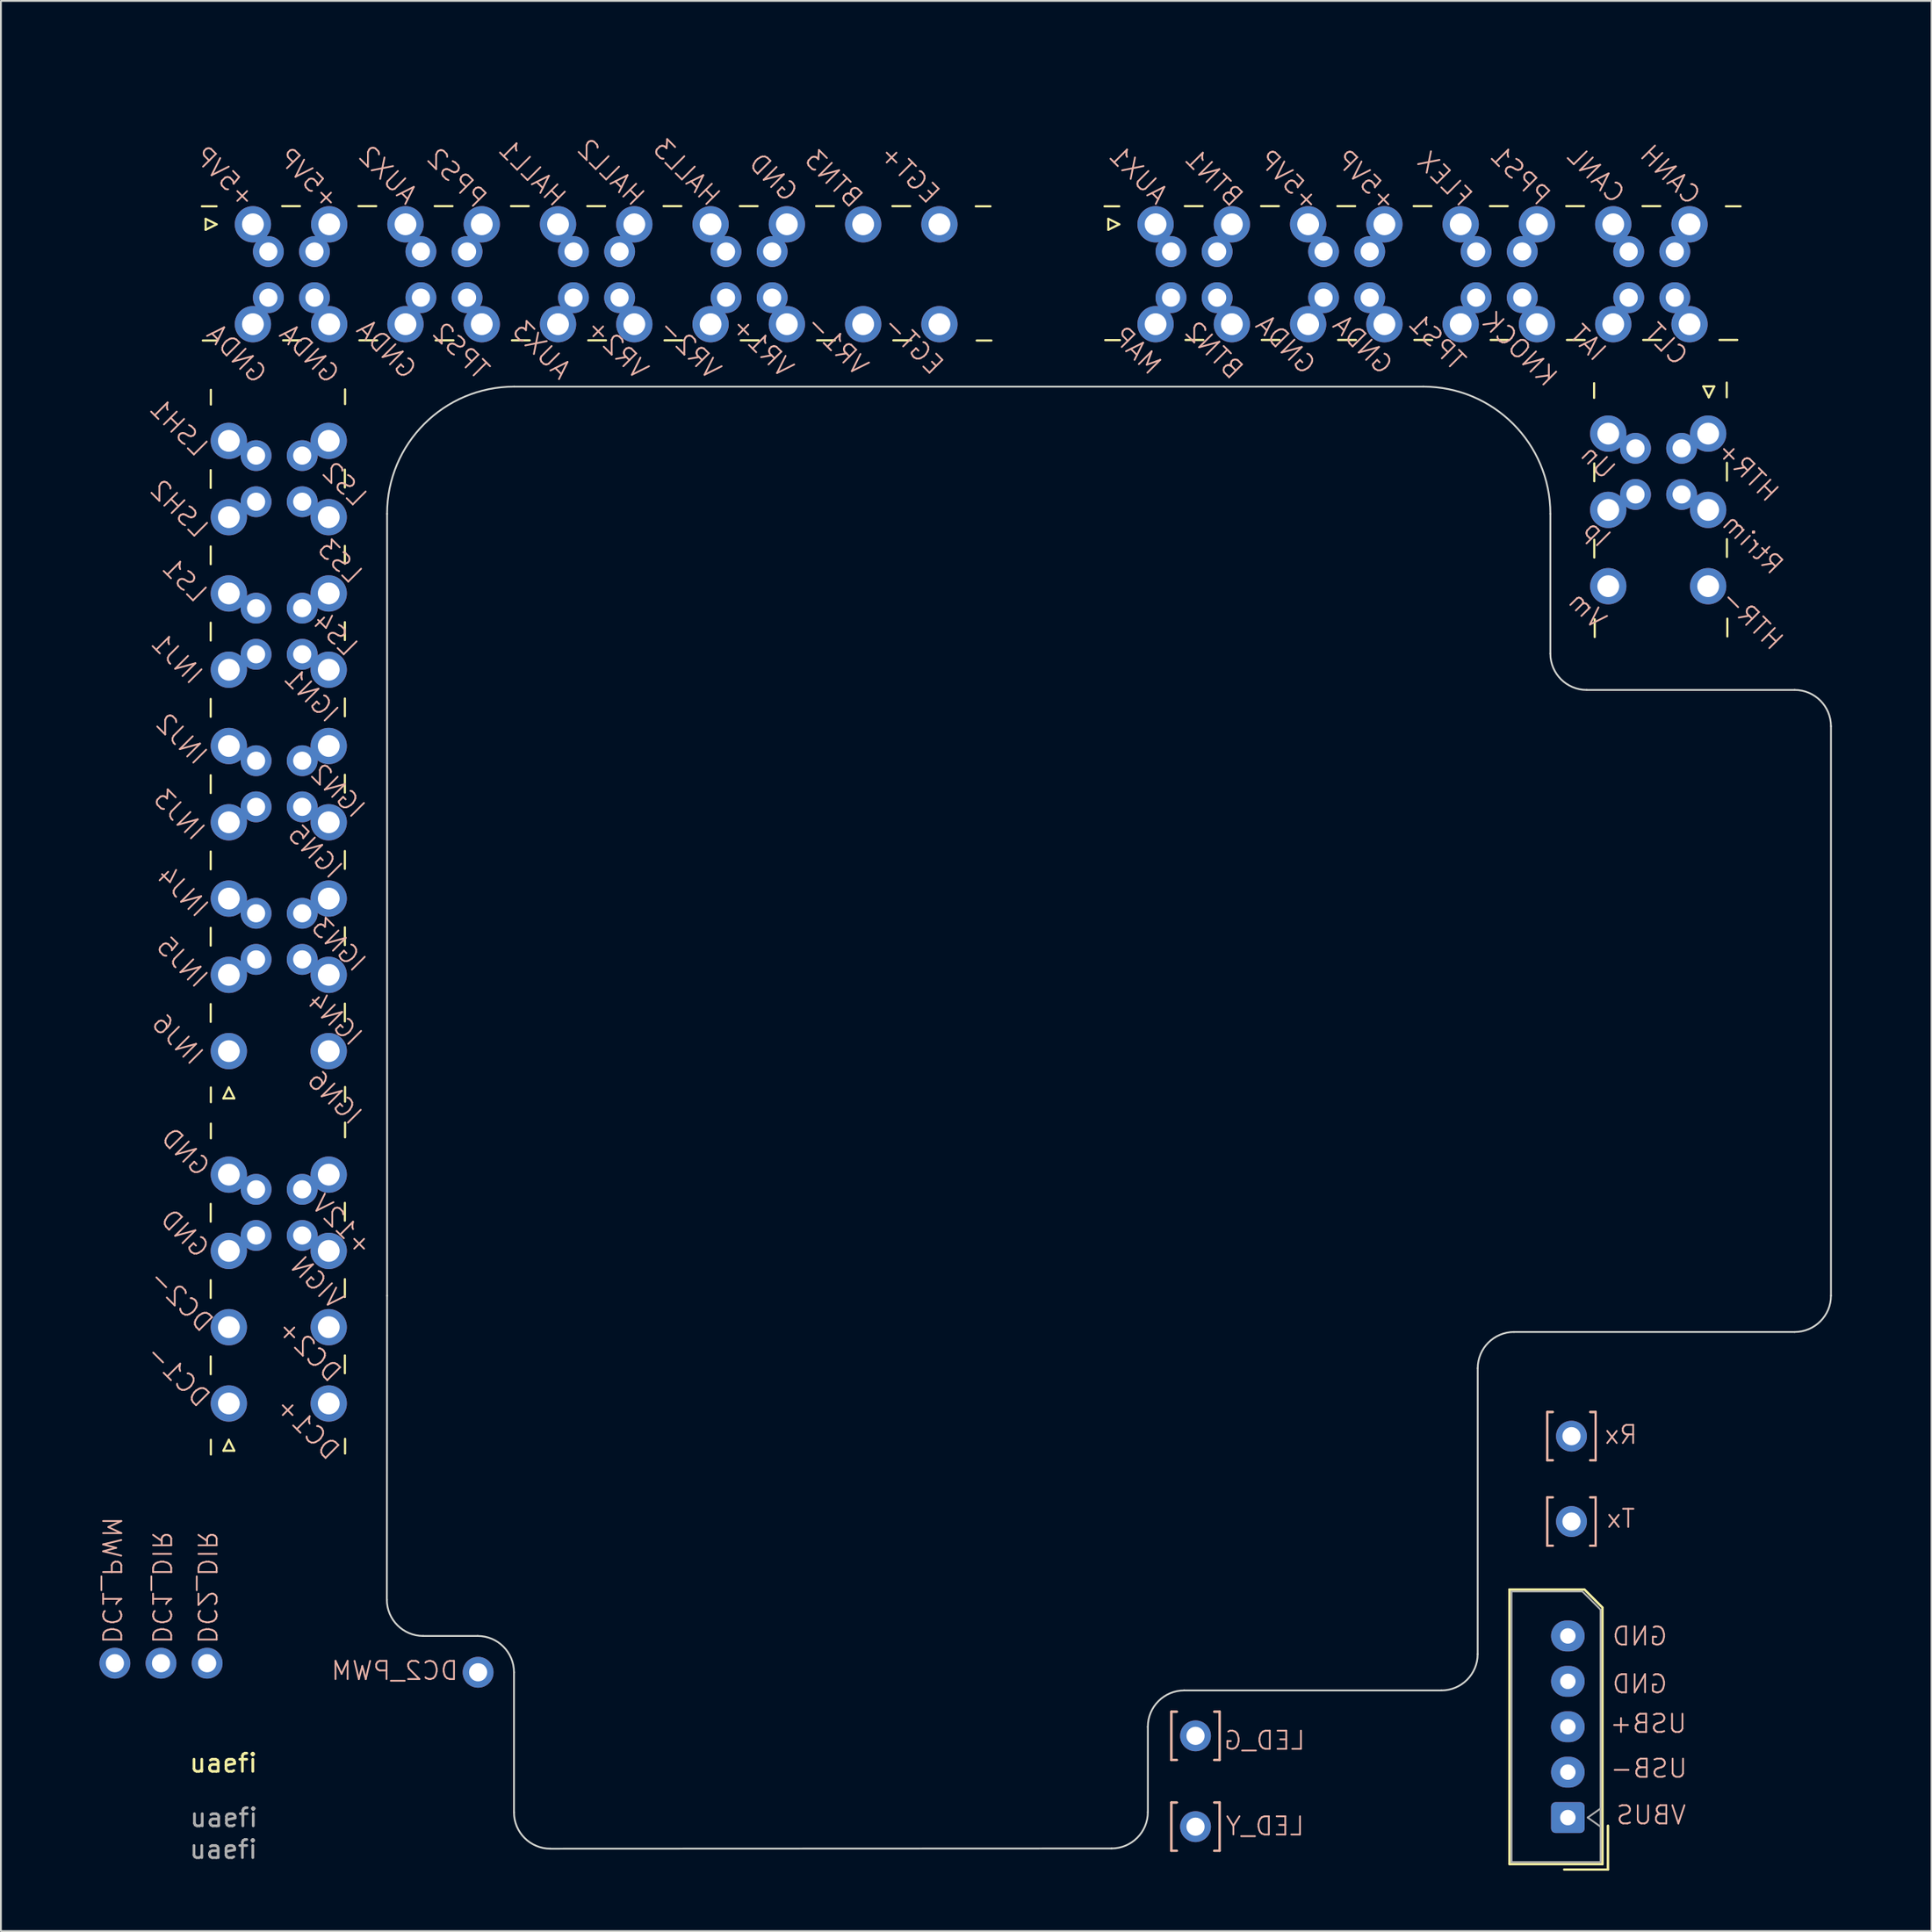
<source format=kicad_pcb>
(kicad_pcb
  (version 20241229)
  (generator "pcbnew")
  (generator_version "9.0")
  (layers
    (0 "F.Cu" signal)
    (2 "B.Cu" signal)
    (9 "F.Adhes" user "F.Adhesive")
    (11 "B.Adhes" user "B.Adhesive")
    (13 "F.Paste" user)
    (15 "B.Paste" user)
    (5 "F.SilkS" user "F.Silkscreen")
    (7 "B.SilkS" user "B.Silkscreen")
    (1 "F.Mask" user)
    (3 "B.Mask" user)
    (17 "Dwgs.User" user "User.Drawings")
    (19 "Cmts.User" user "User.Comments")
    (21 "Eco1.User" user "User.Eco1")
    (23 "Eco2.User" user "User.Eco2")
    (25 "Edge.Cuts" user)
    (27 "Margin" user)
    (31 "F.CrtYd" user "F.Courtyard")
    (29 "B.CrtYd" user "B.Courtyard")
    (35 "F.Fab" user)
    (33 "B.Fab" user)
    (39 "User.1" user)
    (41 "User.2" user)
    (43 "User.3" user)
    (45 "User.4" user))
  (footprint "uaefi"
    (layer "F.Cu")
    (at 0.25 100.025)
    (property "Reference" "uaefi" (at 9 -6 0) (unlocked yes) (layer "F.SilkS") (effects (font (size 1 1) (thickness 0.15))))
    (fp_line (start 8.025 -91.025) (end 8.625 -90.725) (stroke (width 0.12) (type solid)) (layer "F.SilkS"))
    (fp_line (start 8.025 -90.425) (end 8.025 -91.025) (stroke (width 0.12) (type solid)) (layer "F.SilkS"))
    (fp_line (start 8.3 -76.21) (end 8.3 -77.19) (stroke (width 0.12) (type solid)) (layer "F.SilkS"))
    (fp_line (start 8.3 -72.01) (end 8.3 -72.99) (stroke (width 0.12) (type solid)) (layer "F.SilkS"))
    (fp_line (start 8.3 -67.81) (end 8.3 -68.79) (stroke (width 0.12) (type solid)) (layer "F.SilkS"))
    (fp_line (start 8.3 -63.61) (end 8.3 -64.59) (stroke (width 0.12) (type solid)) (layer "F.SilkS"))
    (fp_line (start 8.3 -59.41) (end 8.3 -60.39) (stroke (width 0.12) (type solid)) (layer "F.SilkS"))
    (fp_line (start 8.3 -55.21) (end 8.3 -56.19) (stroke (width 0.12) (type solid)) (layer "F.SilkS"))
    (fp_line (start 8.3 -51.01) (end 8.3 -51.99) (stroke (width 0.12) (type solid)) (layer "F.SilkS"))
    (fp_line (start 8.3 -46.81) (end 8.3 -47.79) (stroke (width 0.12) (type solid)) (layer "F.SilkS"))
    (fp_line (start 8.3 -35.81) (end 8.3 -36.79) (stroke (width 0.12) (type solid)) (layer "F.SilkS"))
    (fp_line (start 8.3 -31.61) (end 8.3 -32.59) (stroke (width 0.12) (type solid)) (layer "F.SilkS"))
    (fp_line (start 8.3 -27.41) (end 8.3 -28.39) (stroke (width 0.12) (type solid)) (layer "F.SilkS"))
    (fp_line (start 8.31 -80.8) (end 8.31 -81.61) (stroke (width 0.12) (type solid)) (layer "F.SilkS"))
    (fp_line (start 8.31 -43.2) (end 8.31 -42.39) (stroke (width 0.12) (type solid)) (layer "F.SilkS"))
    (fp_line (start 8.31 -40.4) (end 8.31 -41.21) (stroke (width 0.12) (type solid)) (layer "F.SilkS"))
    (fp_line (start 8.31 -23.8) (end 8.31 -22.99) (stroke (width 0.12) (type solid)) (layer "F.SilkS"))
    (fp_line (start 8.625 -91.715) (end 7.815 -91.715) (stroke (width 0.12) (type solid)) (layer "F.SilkS"))
    (fp_line (start 8.625 -90.725) (end 8.025 -90.425) (stroke (width 0.12) (type solid)) (layer "F.SilkS"))
    (fp_line (start 8.677 -84.326) (end 7.867 -84.326) (stroke (width 0.12) (type solid)) (layer "F.SilkS"))
    (fp_line (start 9 -42.6) (end 9.3 -43.2) (stroke (width 0.12) (type solid)) (layer "F.SilkS"))
    (fp_line (start 9 -23.2) (end 9.3 -23.8) (stroke (width 0.12) (type solid)) (layer "F.SilkS"))
    (fp_line (start 9.3 -43.2) (end 9.6 -42.6) (stroke (width 0.12) (type solid)) (layer "F.SilkS"))
    (fp_line (start 9.3 -23.8) (end 9.6 -23.2) (stroke (width 0.12) (type solid)) (layer "F.SilkS"))
    (fp_line (start 9.6 -42.6) (end 9 -42.6) (stroke (width 0.12) (type solid)) (layer "F.SilkS"))
    (fp_line (start 9.6 -23.2) (end 9 -23.2) (stroke (width 0.12) (type solid)) (layer "F.SilkS"))
    (fp_line (start 12.235 -91.725) (end 13.215 -91.725) (stroke (width 0.12) (type solid)) (layer "F.SilkS"))
    (fp_line (start 12.287 -84.336) (end 13.267 -84.336) (stroke (width 0.12) (type solid)) (layer "F.SilkS"))
    (fp_line (start 15.689 -35.864) (end 15.689 -36.844) (stroke (width 0.12) (type solid)) (layer "F.SilkS"))
    (fp_line (start 15.689 -31.664) (end 15.689 -32.644) (stroke (width 0.12) (type solid)) (layer "F.SilkS"))
    (fp_line (start 15.689 -27.464) (end 15.689 -28.444) (stroke (width 0.12) (type solid)) (layer "F.SilkS"))
    (fp_line (start 15.689 -76.236) (end 15.689 -77.216) (stroke (width 0.12) (type solid)) (layer "F.SilkS"))
    (fp_line (start 15.689 -72.036) (end 15.689 -73.016) (stroke (width 0.12) (type solid)) (layer "F.SilkS"))
    (fp_line (start 15.689 -67.836) (end 15.689 -68.816) (stroke (width 0.12) (type solid)) (layer "F.SilkS"))
    (fp_line (start 15.689 -63.636) (end 15.689 -64.616) (stroke (width 0.12) (type solid)) (layer "F.SilkS"))
    (fp_line (start 15.689 -59.436) (end 15.689 -60.416) (stroke (width 0.12) (type solid)) (layer "F.SilkS"))
    (fp_line (start 15.689 -55.236) (end 15.689 -56.216) (stroke (width 0.12) (type solid)) (layer "F.SilkS"))
    (fp_line (start 15.689 -51.036) (end 15.689 -52.016) (stroke (width 0.12) (type solid)) (layer "F.SilkS"))
    (fp_line (start 15.689 -46.836) (end 15.689 -47.816) (stroke (width 0.12) (type solid)) (layer "F.SilkS"))
    (fp_line (start 15.699 -40.454) (end 15.699 -41.264) (stroke (width 0.12) (type solid)) (layer "F.SilkS"))
    (fp_line (start 15.699 -23.854) (end 15.699 -23.044) (stroke (width 0.12) (type solid)) (layer "F.SilkS"))
    (fp_line (start 15.699 -80.826) (end 15.699 -81.636) (stroke (width 0.12) (type solid)) (layer "F.SilkS"))
    (fp_line (start 15.699 -43.226) (end 15.699 -42.416) (stroke (width 0.12) (type solid)) (layer "F.SilkS"))
    (fp_line (start 16.435 -91.725) (end 17.415 -91.725) (stroke (width 0.12) (type solid)) (layer "F.SilkS"))
    (fp_line (start 16.487 -84.336) (end 17.467 -84.336) (stroke (width 0.12) (type solid)) (layer "F.SilkS"))
    (fp_line (start 20.635 -91.725) (end 21.615 -91.725) (stroke (width 0.12) (type solid)) (layer "F.SilkS"))
    (fp_line (start 20.687 -84.336) (end 21.667 -84.336) (stroke (width 0.12) (type solid)) (layer "F.SilkS"))
    (fp_line (start 24.835 -91.725) (end 25.815 -91.725) (stroke (width 0.12) (type solid)) (layer "F.SilkS"))
    (fp_line (start 24.887 -84.336) (end 25.867 -84.336) (stroke (width 0.12) (type solid)) (layer "F.SilkS"))
    (fp_line (start 29.035 -91.725) (end 30.015 -91.725) (stroke (width 0.12) (type solid)) (layer "F.SilkS"))
    (fp_line (start 29.087 -84.336) (end 30.067 -84.336) (stroke (width 0.12) (type solid)) (layer "F.SilkS"))
    (fp_line (start 33.235 -91.725) (end 34.215 -91.725) (stroke (width 0.12) (type solid)) (layer "F.SilkS"))
    (fp_line (start 33.287 -84.336) (end 34.267 -84.336) (stroke (width 0.12) (type solid)) (layer "F.SilkS"))
    (fp_line (start 37.435 -91.725) (end 38.415 -91.725) (stroke (width 0.12) (type solid)) (layer "F.SilkS"))
    (fp_line (start 37.487 -84.336) (end 38.467 -84.336) (stroke (width 0.12) (type solid)) (layer "F.SilkS"))
    (fp_line (start 41.635 -91.725) (end 42.615 -91.725) (stroke (width 0.12) (type solid)) (layer "F.SilkS"))
    (fp_line (start 41.687 -84.336) (end 42.667 -84.336) (stroke (width 0.12) (type solid)) (layer "F.SilkS"))
    (fp_line (start 45.835 -91.725) (end 46.815 -91.725) (stroke (width 0.12) (type solid)) (layer "F.SilkS"))
    (fp_line (start 45.887 -84.336) (end 46.867 -84.336) (stroke (width 0.12) (type solid)) (layer "F.SilkS"))
    (fp_line (start 50.425 -91.715) (end 51.235 -91.715) (stroke (width 0.12) (type solid)) (layer "F.SilkS"))
    (fp_line (start 50.477 -84.326) (end 51.287 -84.326) (stroke (width 0.12) (type solid)) (layer "F.SilkS"))
    (fp_line (start 57.725 -91.025) (end 58.325 -90.725) (stroke (width 0.12) (type solid)) (layer "F.SilkS"))
    (fp_line (start 57.725 -90.425) (end 57.725 -91.025) (stroke (width 0.12) (type solid)) (layer "F.SilkS"))
    (fp_line (start 58.325 -91.715) (end 57.515 -91.715) (stroke (width 0.12) (type solid)) (layer "F.SilkS"))
    (fp_line (start 58.325 -90.725) (end 57.725 -90.425) (stroke (width 0.12) (type solid)) (layer "F.SilkS"))
    (fp_line (start 58.364 -84.348) (end 57.554 -84.348) (stroke (width 0.12) (type solid)) (layer "F.SilkS"))
    (fp_line (start 61.195 -8.83) (end 61.195 -6.17) (stroke (width 0.12) (type solid)) (layer "F.SilkS"))
    (fp_line (start 61.195 -3.83) (end 61.195 -1.17) (stroke (width 0.12) (type solid)) (layer "F.SilkS"))
    (fp_line (start 61.49 -6.17) (end 61.195 -6.17) (stroke (width 0.12) (type solid)) (layer "F.SilkS"))
    (fp_line (start 61.49 -1.17) (end 61.195 -1.17) (stroke (width 0.12) (type solid)) (layer "F.SilkS"))
    (fp_line (start 61.501 -8.83) (end 61.195 -8.83) (stroke (width 0.12) (type solid)) (layer "F.SilkS"))
    (fp_line (start 61.501 -3.83) (end 61.195 -3.83) (stroke (width 0.12) (type solid)) (layer "F.SilkS"))
    (fp_line (start 61.935 -91.725) (end 62.915 -91.725) (stroke (width 0.12) (type solid)) (layer "F.SilkS"))
    (fp_line (start 61.974 -84.358) (end 62.954 -84.358) (stroke (width 0.12) (type solid)) (layer "F.SilkS"))
    (fp_line (start 63.549 -6.17) (end 63.855 -6.17) (stroke (width 0.12) (type solid)) (layer "F.SilkS"))
    (fp_line (start 63.549 -1.17) (end 63.855 -1.17) (stroke (width 0.12) (type solid)) (layer "F.SilkS"))
    (fp_line (start 63.561 -8.83) (end 63.855 -8.83) (stroke (width 0.12) (type solid)) (layer "F.SilkS"))
    (fp_line (start 63.561 -3.83) (end 63.855 -3.83) (stroke (width 0.12) (type solid)) (layer "F.SilkS"))
    (fp_line (start 63.855 -6.17) (end 63.855 -8.83) (stroke (width 0.12) (type solid)) (layer "F.SilkS"))
    (fp_line (start 63.855 -1.17) (end 63.855 -3.83) (stroke (width 0.12) (type solid)) (layer "F.SilkS"))
    (fp_line (start 66.135 -91.725) (end 67.115 -91.725) (stroke (width 0.12) (type solid)) (layer "F.SilkS"))
    (fp_line (start 66.174 -84.358) (end 67.154 -84.358) (stroke (width 0.12) (type solid)) (layer "F.SilkS"))
    (fp_line (start 70.335 -91.725) (end 71.315 -91.725) (stroke (width 0.12) (type solid)) (layer "F.SilkS"))
    (fp_line (start 70.374 -84.358) (end 71.354 -84.358) (stroke (width 0.12) (type solid)) (layer "F.SilkS"))
    (fp_line (start 74.535 -91.725) (end 75.515 -91.725) (stroke (width 0.12) (type solid)) (layer "F.SilkS"))
    (fp_line (start 74.574 -84.358) (end 75.554 -84.358) (stroke (width 0.12) (type solid)) (layer "F.SilkS"))
    (fp_line (start 78.735 -91.725) (end 79.715 -91.725) (stroke (width 0.12) (type solid)) (layer "F.SilkS"))
    (fp_line (start 78.774 -84.358) (end 79.754 -84.358) (stroke (width 0.12) (type solid)) (layer "F.SilkS"))
    (fp_line (start 79.815 -15.56) (end 79.815 -0.44) (stroke (width 0.12) (type solid)) (layer "F.SilkS"))
    (fp_line (start 79.815 -15.56) (end 79.815 -0.44) (stroke (width 0.12) (type solid)) (layer "F.SilkS"))
    (fp_line (start 79.815 -0.44) (end 84.935 -0.44) (stroke (width 0.12) (type solid)) (layer "F.SilkS"))
    (fp_line (start 79.815 -0.44) (end 84.935 -0.44) (stroke (width 0.12) (type solid)) (layer "F.SilkS"))
    (fp_line (start 81.895 -25.33) (end 81.895 -22.67) (stroke (width 0.12) (type solid)) (layer "F.SilkS"))
    (fp_line (start 81.895 -20.63) (end 81.895 -17.97) (stroke (width 0.12) (type solid)) (layer "F.SilkS"))
    (fp_line (start 82.19 -22.67) (end 81.895 -22.67) (stroke (width 0.12) (type solid)) (layer "F.SilkS"))
    (fp_line (start 82.19 -17.97) (end 81.895 -17.97) (stroke (width 0.12) (type solid)) (layer "F.SilkS"))
    (fp_line (start 82.201 -25.33) (end 81.895 -25.33) (stroke (width 0.12) (type solid)) (layer "F.SilkS"))
    (fp_line (start 82.201 -20.63) (end 81.895 -20.63) (stroke (width 0.12) (type solid)) (layer "F.SilkS"))
    (fp_line (start 82.825 -0.14) (end 85.235 -0.14) (stroke (width 0.12) (type solid)) (layer "F.SilkS"))
    (fp_line (start 82.825 -0.14) (end 85.235 -0.14) (stroke (width 0.12) (type solid)) (layer "F.SilkS"))
    (fp_line (start 82.935 -91.725) (end 83.915 -91.725) (stroke (width 0.12) (type solid)) (layer "F.SilkS"))
    (fp_line (start 82.974 -84.358) (end 83.954 -84.358) (stroke (width 0.12) (type solid)) (layer "F.SilkS"))
    (fp_line (start 83.935 -15.56) (end 79.815 -15.56) (stroke (width 0.12) (type solid)) (layer "F.SilkS"))
    (fp_line (start 83.935 -15.56) (end 79.815 -15.56) (stroke (width 0.12) (type solid)) (layer "F.SilkS"))
    (fp_line (start 84.249 -22.67) (end 84.555 -22.67) (stroke (width 0.12) (type solid)) (layer "F.SilkS"))
    (fp_line (start 84.249 -17.97) (end 84.555 -17.97) (stroke (width 0.12) (type solid)) (layer "F.SilkS"))
    (fp_line (start 84.261 -25.33) (end 84.555 -25.33) (stroke (width 0.12) (type solid)) (layer "F.SilkS"))
    (fp_line (start 84.261 -20.63) (end 84.555 -20.63) (stroke (width 0.12) (type solid)) (layer "F.SilkS"))
    (fp_line (start 84.47 -81.168) (end 84.47 -81.978) (stroke (width 0.12) (type solid)) (layer "F.SilkS"))
    (fp_line (start 84.48 -77.558) (end 84.48 -76.578) (stroke (width 0.12) (type solid)) (layer "F.SilkS"))
    (fp_line (start 84.48 -73.358) (end 84.48 -72.378) (stroke (width 0.12) (type solid)) (layer "F.SilkS"))
    (fp_line (start 84.504 -68) (end 84.504 -68.98) (stroke (width 0.12) (type solid)) (layer "F.SilkS"))
    (fp_line (start 84.555 -22.67) (end 84.555 -25.33) (stroke (width 0.12) (type solid)) (layer "F.SilkS"))
    (fp_line (start 84.555 -17.97) (end 84.555 -20.63) (stroke (width 0.12) (type solid)) (layer "F.SilkS"))
    (fp_line (start 84.935 -14.56) (end 83.935 -15.56) (stroke (width 0.12) (type solid)) (layer "F.SilkS"))
    (fp_line (start 84.935 -14.56) (end 83.935 -15.56) (stroke (width 0.12) (type solid)) (layer "F.SilkS"))
    (fp_line (start 84.935 -0.44) (end 84.935 -14.56) (stroke (width 0.12) (type solid)) (layer "F.SilkS"))
    (fp_line (start 84.935 -0.44) (end 84.935 -14.56) (stroke (width 0.12) (type solid)) (layer "F.SilkS"))
    (fp_line (start 85.235 -0.14) (end 85.235 -2.55) (stroke (width 0.12) (type solid)) (layer "F.SilkS"))
    (fp_line (start 85.235 -0.14) (end 85.235 -2.55) (stroke (width 0.12) (type solid)) (layer "F.SilkS"))
    (fp_line (start 87.135 -91.725) (end 88.115 -91.725) (stroke (width 0.12) (type solid)) (layer "F.SilkS"))
    (fp_line (start 87.174 -84.358) (end 88.154 -84.358) (stroke (width 0.12) (type solid)) (layer "F.SilkS"))
    (fp_line (start 90.484 -81.8) (end 91.084 -81.8) (stroke (width 0.12) (type solid)) (layer "F.SilkS"))
    (fp_line (start 90.784 -81.2) (end 90.484 -81.8) (stroke (width 0.12) (type solid)) (layer "F.SilkS"))
    (fp_line (start 91.084 -81.8) (end 90.784 -81.2) (stroke (width 0.12) (type solid)) (layer "F.SilkS"))
    (fp_line (start 91.374 -84.358) (end 92.354 -84.358) (stroke (width 0.12) (type solid)) (layer "F.SilkS"))
    (fp_line (start 91.725 -91.715) (end 92.535 -91.715) (stroke (width 0.12) (type solid)) (layer "F.SilkS"))
    (fp_line (start 91.774 -81.2) (end 91.774 -82.01) (stroke (width 0.12) (type solid)) (layer "F.SilkS"))
    (fp_line (start 91.784 -77.59) (end 91.784 -76.61) (stroke (width 0.12) (type solid)) (layer "F.SilkS"))
    (fp_line (start 91.784 -73.39) (end 91.784 -72.41) (stroke (width 0.12) (type solid)) (layer "F.SilkS"))
    (fp_line (start 91.808 -68.032) (end 91.808 -69.012) (stroke (width 0.12) (type solid)) (layer "F.SilkS"))
    (fp_line (start 61.195 -6.17) (end 61.195 -8.83) (stroke (width 0.12) (type solid)) (layer "B.SilkS"))
    (fp_line (start 61.195 -1.17) (end 61.195 -3.83) (stroke (width 0.12) (type solid)) (layer "B.SilkS"))
    (fp_line (start 61.49 -8.83) (end 61.195 -8.83) (stroke (width 0.12) (type solid)) (layer "B.SilkS"))
    (fp_line (start 61.49 -3.83) (end 61.195 -3.83) (stroke (width 0.12) (type solid)) (layer "B.SilkS"))
    (fp_line (start 61.501 -6.17) (end 61.195 -6.17) (stroke (width 0.12) (type solid)) (layer "B.SilkS"))
    (fp_line (start 61.501 -1.17) (end 61.195 -1.17) (stroke (width 0.12) (type solid)) (layer "B.SilkS"))
    (fp_line (start 63.549 -8.83) (end 63.855 -8.83) (stroke (width 0.12) (type solid)) (layer "B.SilkS"))
    (fp_line (start 63.549 -3.83) (end 63.855 -3.83) (stroke (width 0.12) (type solid)) (layer "B.SilkS"))
    (fp_line (start 63.561 -6.17) (end 63.855 -6.17) (stroke (width 0.12) (type solid)) (layer "B.SilkS"))
    (fp_line (start 63.561 -1.17) (end 63.855 -1.17) (stroke (width 0.12) (type solid)) (layer "B.SilkS"))
    (fp_line (start 63.855 -8.83) (end 63.855 -6.17) (stroke (width 0.12) (type solid)) (layer "B.SilkS"))
    (fp_line (start 63.855 -3.83) (end 63.855 -1.17) (stroke (width 0.12) (type solid)) (layer "B.SilkS"))
    (fp_line (start 81.895 -22.67) (end 81.895 -25.33) (stroke (width 0.12) (type solid)) (layer "B.SilkS"))
    (fp_line (start 81.895 -17.97) (end 81.895 -20.63) (stroke (width 0.12) (type solid)) (layer "B.SilkS"))
    (fp_line (start 82.19 -25.33) (end 81.895 -25.33) (stroke (width 0.12) (type solid)) (layer "B.SilkS"))
    (fp_line (start 82.19 -20.63) (end 81.895 -20.63) (stroke (width 0.12) (type solid)) (layer "B.SilkS"))
    (fp_line (start 82.201 -22.67) (end 81.895 -22.67) (stroke (width 0.12) (type solid)) (layer "B.SilkS"))
    (fp_line (start 82.201 -17.97) (end 81.895 -17.97) (stroke (width 0.12) (type solid)) (layer "B.SilkS"))
    (fp_line (start 84.249 -25.33) (end 84.555 -25.33) (stroke (width 0.12) (type solid)) (layer "B.SilkS"))
    (fp_line (start 84.249 -20.63) (end 84.555 -20.63) (stroke (width 0.12) (type solid)) (layer "B.SilkS"))
    (fp_line (start 84.261 -22.67) (end 84.555 -22.67) (stroke (width 0.12) (type solid)) (layer "B.SilkS"))
    (fp_line (start 84.261 -17.97) (end 84.555 -17.97) (stroke (width 0.12) (type solid)) (layer "B.SilkS"))
    (fp_line (start 84.555 -25.33) (end 84.555 -22.67) (stroke (width 0.12) (type solid)) (layer "B.SilkS"))
    (fp_line (start 84.555 -20.63) (end 84.555 -17.97) (stroke (width 0.12) (type solid)) (layer "B.SilkS"))
    (fp_line (start 18.013 -31.737) (end 18 -15) (stroke (width 0.1) (type default)) (layer "Edge.Cuts"))
    (fp_line (start 18.013 -31.737) (end 18.013 -74.787) (stroke (width 0.1) (type default)) (layer "Edge.Cuts"))
    (fp_line (start 20 -13) (end 23 -13) (stroke (width 0.1) (type default)) (layer "Edge.Cuts"))
    (fp_line (start 25 -11) (end 25 -3.287) (stroke (width 0.1) (type default)) (layer "Edge.Cuts"))
    (fp_line (start 57.9 -1.3) (end 27 -1.287) (stroke (width 0.1) (type default)) (layer "Edge.Cuts"))
    (fp_line (start 59.9 -3.3) (end 59.9 -8) (stroke (width 0.1) (type default)) (layer "Edge.Cuts"))
    (fp_line (start 61.9 -10) (end 76.06 -10) (stroke (width 0.1) (type default)) (layer "Edge.Cuts"))
    (fp_line (start 75.063 -81.787) (end 25.013 -81.787) (stroke (width 0.1) (type default)) (layer "Edge.Cuts"))
    (fp_line (start 78.063 -27.737) (end 78.06 -12) (stroke (width 0.1) (type default)) (layer "Edge.Cuts"))
    (fp_line (start 80.063 -29.737) (end 95.513 -29.737) (stroke (width 0.1) (type default)) (layer "Edge.Cuts"))
    (fp_line (start 82.063 -74.787) (end 82.063 -67.087) (stroke (width 0.1) (type default)) (layer "Edge.Cuts"))
    (fp_line (start 95.513 -65.087) (end 84.063 -65.087) (stroke (width 0.1) (type default)) (layer "Edge.Cuts"))
    (fp_line (start 97.513 -31.737) (end 97.513 -63.087) (stroke (width 0.1) (type default)) (layer "Edge.Cuts"))
    (fp_arc (start 18.012562 -74.787438) (mid 20.062815 -79.737185) (end 25.012563 -81.787437) (stroke (width 0.1) (type solid)) (layer "Edge.Cuts"))
    (fp_arc (start 20 -13) (mid 18.585784 -13.585784) (end 18 -15) (stroke (width 0.1) (type default)) (layer "Edge.Cuts"))
    (fp_arc (start 23 -13) (mid 24.414216 -12.414216) (end 25 -11) (stroke (width 0.1) (type default)) (layer "Edge.Cuts"))
    (fp_arc (start 27 -1.287437) (mid 25.585783 -1.873222) (end 25 -3.287437) (stroke (width 0.1) (type default)) (layer "Edge.Cuts"))
    (fp_arc (start 59.899911 -8.00008) (mid 60.485719 -9.414272) (end 61.899911 -10.00008) (stroke (width 0.1) (type default)) (layer "Edge.Cuts"))
    (fp_arc (start 59.9 -3.3) (mid 59.314192 -1.885808) (end 57.9 -1.3) (stroke (width 0.1) (type default)) (layer "Edge.Cuts"))
    (fp_arc (start 75.062815 -81.787437) (mid 80.012612 -79.73722) (end 82.062814 -74.787436) (stroke (width 0.1) (type solid)) (layer "Edge.Cuts"))
    (fp_arc (start 78.060074 -11.999926) (mid 77.474266 -10.585734) (end 76.060074 -9.999926) (stroke (width 0.1) (type default)) (layer "Edge.Cuts"))
    (fp_arc (start 78.062811 -27.73718) (mid 78.648619 -29.151383) (end 80.062811 -29.73718) (stroke (width 0.1) (type default)) (layer "Edge.Cuts"))
    (fp_arc (start 84.062814 -65.087437) (mid 82.648592 -65.673201) (end 82.062814 -67.087437) (stroke (width 0.1) (type default)) (layer "Edge.Cuts"))
    (fp_arc (start 95.512563 -65.087437) (mid 96.926766 -64.50164) (end 97.512563 -63.087437) (stroke (width 0.1) (type default)) (layer "Edge.Cuts"))
    (fp_arc (start 97.512563 -31.73718) (mid 96.926801 -30.322937) (end 95.512563 -29.73718) (stroke (width 0.1) (type default)) (layer "Edge.Cuts"))
    (fp_line (start 79.925 -15.45) (end 79.925 -0.55) (stroke (width 0.1) (type solid)) (layer "F.Fab"))
    (fp_line (start 79.925 -0.55) (end 84.825 -0.55) (stroke (width 0.1) (type solid)) (layer "F.Fab"))
    (fp_line (start 83.825 -15.45) (end 79.925 -15.45) (stroke (width 0.1) (type solid)) (layer "F.Fab"))
    (fp_line (start 84.118 -3) (end 84.825 -3.5) (stroke (width 0.1) (type solid)) (layer "F.Fab"))
    (fp_line (start 84.825 -14.45) (end 83.825 -15.45) (stroke (width 0.1) (type solid)) (layer "F.Fab"))
    (fp_line (start 84.825 -2.5) (end 84.118 -3) (stroke (width 0.1) (type solid)) (layer "F.Fab"))
    (fp_line (start 84.825 -0.55) (end 84.825 -14.45) (stroke (width 0.1) (type solid)) (layer "F.Fab"))
    (fp_line (start 0 -96.475) (end 0 -3.475) (stroke (width 0.1) (type default)) (layer "User.1"))
    (fp_line (start 3.5 0.025) (end 96.5 0.025) (stroke (width 0.1) (type default)) (layer "User.1"))
    (fp_line (start 96.5 -99.975) (end 3.5 -99.975) (stroke (width 0.1) (type default)) (layer "User.1"))
    (fp_line (start 100 -3.475) (end 100 -96.475) (stroke (width 0.1) (type default)) (layer "User.1"))
    (fp_arc (start 0 -96.474874) (mid 1.025128 -98.949746) (end 3.5 -99.974874) (stroke (width 0.1) (type default)) (layer "User.1"))
    (fp_arc (start 3.5 0.025126) (mid 1.025128 -1.000002) (end 0 -3.474874) (stroke (width 0.1) (type default)) (layer "User.1"))
    (fp_arc (start 96.5 -99.974874) (mid 98.974877 -98.949751) (end 100 -96.474874) (stroke (width 0.1) (type default)) (layer "User.1"))
    (fp_arc (start 100 -3.474874) (mid 98.97487 -1.000005) (end 96.5 0.025126) (stroke (width 0.1) (type default)) (layer "User.1"))
    (fp_text user "USB-" (at 89.67 -5.118 0) (unlocked yes) (layer "B.SilkS") (effects (font (size 1 1) (thickness 0.1)) (justify left bottom mirror)))
    (fp_text user "IAT" (at 84.5 -83 315) (unlocked yes) (layer "B.SilkS") (effects (font (size 1 1) (thickness 0.1)) (justify left bottom mirror)))
    (fp_text user "EGT-" (at 48 -82.25 315) (unlocked yes) (layer "B.SilkS") (effects (font (size 1 1) (thickness 0.1)) (justify left bottom mirror)))
    (fp_text user "+5VP" (at 14.779 -91.354 315) (unlocked yes) (layer "B.SilkS") (effects (font (size 1 1) (thickness 0.1)) (justify left bottom mirror)))
    (fp_text user "GNDA" (at 10.75 -81.75 315) (unlocked yes) (layer "B.SilkS") (effects (font (size 1 1) (thickness 0.1)) (justify left bottom mirror)))
    (fp_text user "VR1-" (at 43.863 -82.202 315) (unlocked yes) (layer "B.SilkS") (effects (font (size 1 1) (thickness 0.1)) (justify left bottom mirror)))
    (fp_text user "BTN3" (at 43.565 -91.446 315) (unlocked yes) (layer "B.SilkS") (effects (font (size 1 1) (thickness 0.1)) (justify left bottom mirror)))
    (fp_text user "INJ1" (at 7.211 -65.21 315) (unlocked yes) (layer "B.SilkS") (effects (font (size 1 1) (thickness 0.1)) (justify left bottom mirror)))
    (fp_text user "TPS2" (at 23 -82 315) (unlocked yes) (layer "B.SilkS") (effects (font (size 1 1) (thickness 0.1)) (justify left bottom mirror)))
    (fp_text user "LS3" (at 16 -70.75 315) (unlocked yes) (layer "B.SilkS") (effects (font (size 1 1) (thickness 0.1)) (justify left bottom mirror)))
    (fp_text user "INJ2" (at 7.468 -60.784 315) (unlocked yes) (layer "B.SilkS") (effects (font (size 1 1) (thickness 0.1)) (justify left bottom mirror)))
    (fp_text user "LSH1" (at 7.5 -77.75 315) (unlocked yes) (layer "B.SilkS") (effects (font (size 1 1) (thickness 0.1)) (justify left bottom mirror)))
    (fp_text user "GND" (at 7.62 -38.1 315) (unlocked yes) (layer "B.SilkS") (effects (font (size 1 1) (thickness 0.1)) (justify left bottom mirror)))
    (fp_text user "DC2+" (at 14.846 -26.782 315) (unlocked yes) (layer "B.SilkS") (effects (font (size 1 1) (thickness 0.1)) (justify left bottom mirror)))
    (fp_text user "IGN6" (at 15.98 -40.958 315) (unlocked yes) (layer "B.SilkS") (effects (font (size 1 1) (thickness 0.1)) (justify left bottom mirror)))
    (fp_text user "LSH2" (at 7.52 -73.277 315) (unlocked yes) (layer "B.SilkS") (effects (font (size 1 1) (thickness 0.1)) (justify left bottom mirror)))
    (fp_text user "GNDA" (at 14.75 -81.75 315) (unlocked yes) (layer "B.SilkS") (effects (font (size 1 1) (thickness 0.1)) (justify left bottom mirror)))
    (fp_text user "INJ3" (at 7.34 -56.615 315) (unlocked yes) (layer "B.SilkS") (effects (font (size 1 1) (thickness 0.1)) (justify left bottom mirror)))
    (fp_text user "Rtrim" (at 94.25 -71.25 315) (unlocked yes) (layer "B.SilkS") (effects (font (size 1 1) (thickness 0.1)) (justify left bottom mirror)))
    (fp_text user "DC1_DIR" (at 5 -12.5 270) (unlocked yes) (layer "B.SilkS") (effects (font (size 1 1) (thickness 0.1)) (justify left bottom mirror)))
    (fp_text user "INJ6" (at 7.25 -44.25 315) (unlocked yes) (layer "B.SilkS") (effects (font (size 1 1) (thickness 0.1)) (justify left bottom mirror)))
    (fp_text user "Un" (at 85 -76.5 315) (unlocked yes) (layer "B.SilkS") (effects (font (size 1 1) (thickness 0.1)) (justify left bottom mirror)))
    (fp_text user "DC1-" (at 7.62 -25.4 315) (unlocked yes) (layer "B.SilkS") (effects (font (size 1 1) (thickness 0.1)) (justify left bottom mirror)))
    (fp_text user "FLEX" (at 77.127 -91.511 315) (unlocked yes) (layer "B.SilkS") (effects (font (size 1 1) (thickness 0.1)) (justify left bottom mirror)))
    (fp_text user "GNDA" (at 72.75 -82.25 315) (unlocked yes) (layer "B.SilkS") (effects (font (size 1 1) (thickness 0.1)) (justify left bottom mirror)))
    (fp_text user "IGN5" (at 14.9 -54.5 315) (unlocked yes) (layer "B.SilkS") (effects (font (size 1 1) (thickness 0.1)) (justify left bottom mirror)))
    (fp_text user "HALL1" (at 27.216 -91.51 315) (unlocked yes) (layer "B.SilkS") (effects (font (size 1 1) (thickness 0.1)) (justify left bottom mirror)))
    (fp_text user "VBUS" (at 89.606 -2.552 0) (unlocked yes) (layer "B.SilkS") (effects (font (size 1 1) (thickness 0.1)) (justify left bottom mirror)))
    (fp_text user "CANH" (at 89.7 -91.59 315) (unlocked yes) (layer "B.SilkS") (effects (font (size 1 1) (thickness 0.1)) (justify left bottom mirror)))
    (fp_text user "+5VP" (at 73 -91.25 315) (unlocked yes) (layer "B.SilkS") (effects (font (size 1 1) (thickness 0.1)) (justify left bottom mirror)))
    (fp_text user "GND" (at 39.986 -91.761 315) (unlocked yes) (layer "B.SilkS") (effects (font (size 1 1) (thickness 0.1)) (justify left bottom mirror)))
    (fp_text user "IGN3" (at 16.2 -49.382 315) (unlocked yes) (layer "B.SilkS") (effects (font (size 1 1) (thickness 0.1)) (justify left bottom mirror)))
    (fp_text user "GNDA" (at 68.5 -82.25 315) (unlocked yes) (layer "B.SilkS") (effects (font (size 1 1) (thickness 0.1)) (justify left bottom mirror)))
    (fp_text user "DC2_DIR" (at 7.5 -12.5 270) (unlocked yes) (layer "B.SilkS") (effects (font (size 1 1) (thickness 0.1)) (justify left bottom mirror)))
    (fp_text user "TPS1" (at 76.75 -82.5 315) (unlocked yes) (layer "B.SilkS") (effects (font (size 1 1) (thickness 0.1)) (justify left bottom mirror)))
    (fp_text user "VR1+" (at 39.743 -82.096 315) (unlocked yes) (layer "B.SilkS") (effects (font (size 1 1) (thickness 0.1)) (justify left bottom mirror)))
    (fp_text user "GNDA" (at 19 -82 315) (unlocked yes) (layer "B.SilkS") (effects (font (size 1 1) (thickness 0.1)) (justify left bottom mirror)))
    (fp_text user "CLT" (at 89 -82.75 315) (unlocked yes) (layer "B.SilkS") (effects (font (size 1 1) (thickness 0.1)) (justify left bottom mirror)))
    (fp_text user "DC2_PWM" (at 22 -10.5 0) (unlocked yes) (layer "B.SilkS") (effects (font (size 1 1) (thickness 0.1)) (justify left bottom mirror)))
    (fp_text user "IGN2" (at 16.155 -57.849 315) (unlocked yes) (layer "B.SilkS") (effects (font (size 1 1) (thickness 0.1)) (justify left bottom mirror)))
    (fp_text user "IGN1" (at 14.7 -63.1 315) (unlocked yes) (layer "B.SilkS") (effects (font (size 1 1) (thickness 0.1)) (justify left bottom mirror)))
    (fp_text user "CANL" (at 85.531 -91.675 315) (unlocked yes) (layer "B.SilkS") (effects (font (size 1 1) (thickness 0.1)) (justify left bottom mirror)))
    (fp_text user "HALL3" (at 35.715 -91.542 315) (unlocked yes) (layer "B.SilkS") (effects (font (size 1 1) (thickness 0.1)) (justify left bottom mirror)))
    (fp_text user "VR2-" (at 35.75 -82 315) (unlocked yes) (layer "B.SilkS") (effects (font (size 1 1) (thickness 0.1)) (justify left bottom mirror)))
    (fp_text user "Rx" (at 86.925 -23.495 0) (unlocked yes) (layer "B.SilkS") (effects (font (size 1 1) (thickness 0.1)) (justify left bottom mirror)))
    (fp_text user "Tx" (at 86.797 -18.877 0) (unlocked yes) (layer "B.SilkS") (effects (font (size 1 1) (thickness 0.1)) (justify left bottom mirror)))
    (fp_text user "GND" (at 88.579 -9.769 0) (unlocked yes) (layer "B.SilkS") (effects (font (size 1 1) (thickness 0.1)) (justify left bottom mirror)))
    (fp_text user "HALL2" (at 31.546 -91.542 315) (unlocked yes) (layer "B.SilkS") (effects (font (size 1 1) (thickness 0.1)) (justify left bottom mirror)))
    (fp_text user "DC1+" (at 14.75 -22.5 315) (unlocked yes) (layer "B.SilkS") (effects (font (size 1 1) (thickness 0.1)) (justify left bottom mirror)))
    (fp_text user "BTN2" (at 64.5 -82 315) (unlocked yes) (layer "B.SilkS") (effects (font (size 1 1) (thickness 0.1)) (justify left bottom mirror)))
    (fp_text user "+5VP" (at 68.75 -91.25 315) (unlocked yes) (layer "B.SilkS") (effects (font (size 1 1) (thickness 0.1)) (justify left bottom mirror)))
    (fp_text user "Ip" (at 84.75 -72.75 315) (unlocked yes) (layer "B.SilkS") (effects (font (size 1 1) (thickness 0.1)) (justify left bottom mirror)))
    (fp_text user "GND" (at 7.582 -33.616 315) (unlocked yes) (layer "B.SilkS") (effects (font (size 1 1) (thickness 0.1)) (justify left bottom mirror)))
    (fp_text user "PPS1" (at 81.417 -91.568 315) (unlocked yes) (layer "B.SilkS") (effects (font (size 1 1) (thickness 0.1)) (justify left bottom mirror)))
    (fp_text user "INJ5" (at 7.5 -48.5 315) (unlocked yes) (layer "B.SilkS") (effects (font (size 1 1) (thickness 0.1)) (justify left bottom mirror)))
    (fp_text user "GND" (at 88.579 -12.399 0) (unlocked yes) (layer "B.SilkS") (effects (font (size 1 1) (thickness 0.1)) (justify left bottom mirror)))
    (fp_text user "VR2+" (at 31.75 -82 315) (unlocked yes) (layer "B.SilkS") (effects (font (size 1 1) (thickness 0.1)) (justify left bottom mirror)))
    (fp_text user "PPS2" (at 22.86 -91.44 315) (unlocked yes) (layer "B.SilkS") (effects (font (size 1 1) (thickness 0.1)) (justify left bottom mirror)))
    (fp_text user "AUX2" (at 19.037 -91.639 315) (unlocked yes) (layer "B.SilkS") (effects (font (size 1 1) (thickness 0.1)) (justify left bottom mirror)))
    (fp_text user "BTN1" (at 64.5 -91.5 315) (unlocked yes) (layer "B.SilkS") (effects (font (size 1 1) (thickness 0.1)) (justify left bottom mirror)))
    (fp_text user "LS1" (at 7.452 -69.717 315) (unlocked yes) (layer "B.SilkS") (effects (font (size 1 1) (thickness 0.1)) (justify left bottom mirror)))
    (fp_text user "+5VP" (at 10.16 -91.44 315) (unlocked yes) (layer "B.SilkS") (effects (font (size 1 1) (thickness 0.1)) (justify left bottom mirror)))
    (fp_text user "LS4" (at 15.75 -66.75 315) (unlocked yes) (layer "B.SilkS") (effects (font (size 1 1) (thickness 0.1)) (justify left bottom mirror)))
    (fp_text user "DC2-" (at 7.793 -29.543 315) (unlocked yes) (layer "B.SilkS") (effects (font (size 1 1) (thickness 0.1)) (justify left bottom mirror)))
    (fp_text user "MAP" (at 60 -82.25 315) (unlocked yes) (layer "B.SilkS") (effects (font (size 1 1) (thickness 0.1)) (justify left bottom mirror)))
    (fp_text user "AUX3" (at 27.5 -82 315) (unlocked yes) (layer "B.SilkS") (effects (font (size 1 1) (thickness 0.1)) (justify left bottom mirror)))
    (fp_text user "IGN4" (at 16 -45.3 315) (unlocked yes) (layer "B.SilkS") (effects (font (size 1 1) (thickness 0.1)) (justify left bottom mirror)))
    (fp_text user "KNOCK" (at 81.8 -81.6 315) (unlocked yes) (layer "B.SilkS") (effects (font (size 1 1) (thickness 0.1)) (justify left bottom mirror)))
    (fp_text user "Vm" (at 84.5 -68.25 315) (unlocked yes) (layer "B.SilkS") (effects (font (size 1 1) (thickness 0.1)) (justify left bottom mirror)))
    (fp_text user "USB+" (at 89.638 -7.588 0) (unlocked yes) (layer "B.SilkS") (effects (font (size 1 1) (thickness 0.1)) (justify left bottom mirror)))
    (fp_text user "EGT+" (at 47.799 -91.671 315) (unlocked yes) (layer "B.SilkS") (effects (font (size 1 1) (thickness 0.1)) (justify left bottom mirror)))
    (fp_text user "HTR+" (at 94 -75.25 315) (unlocked yes) (layer "B.SilkS") (effects (font (size 1 1) (thickness 0.1)) (justify left bottom mirror)))
    (fp_text user "HTR-" (at 94.243 -67.084 315) (unlocked yes) (layer "B.SilkS") (effects (font (size 1 1) (thickness 0.1)) (justify left bottom mirror)))
    (fp_text user "VIGN" (at 15 -30.8 315) (unlocked yes) (layer "B.SilkS") (effects (font (size 1 1) (thickness 0.1)) (justify left bottom mirror)))
    (fp_text user "+12V" (at 16.6 -33.75 315) (unlocked yes) (layer "B.SilkS") (effects (font (size 1 1) (thickness 0.1)) (justify left bottom mirror)))
    (fp_text user "DC1_PWM" (at 2.25 -12.5 270) (unlocked yes) (layer "B.SilkS") (effects (font (size 1 1) (thickness 0.1)) (justify left bottom mirror)))
    (fp_text user "LED_G" (at 68.632 -6.658 0) (unlocked yes) (layer "B.SilkS") (effects (font (size 1 1) (thickness 0.1)) (justify left bottom mirror)))
    (fp_text user "LS2" (at 16.25 -75 315) (unlocked yes) (layer "B.SilkS") (effects (font (size 1 1) (thickness 0.1)) (justify left bottom mirror)))
    (fp_text user "LED_Y" (at 68.58 -1.943 0) (unlocked yes) (layer "B.SilkS") (effects (font (size 1 1) (thickness 0.1)) (justify left bottom mirror)))
    (fp_text user "INJ4" (at 7.532 -52.381 315) (unlocked yes) (layer "B.SilkS") (effects (font (size 1 1) (thickness 0.1)) (justify left bottom mirror)))
    (fp_text user "AUX1" (at 60.359 -91.64 315) (unlocked yes) (layer "B.SilkS") (effects (font (size 1 1) (thickness 0.1)) (justify left bottom mirror)))
    (fp_text user "${REFERENCE}" (at 9 -1.25 180) (layer "F.Fab") (effects (font (size 1 1) (thickness 0.15))))
    (fp_text user "${REFERENCE}" (at 9.025 -3 0) (unlocked yes) (layer "F.Fab") (effects (font (size 1 1) (thickness 0.15))))
    (pad "A1" thru_hole circle (at 9.3 -25.8 90) (size 2 2) (drill 1.2) (layers "*.Cu" "*.Mask"))
    (pad "A2" thru_hole circle (at 9.3 -30 90) (size 2 2) (drill 1.2) (layers "*.Cu" "*.Mask"))
    (pad "A3" thru_hole circle (at 9.3 -34.2 90) (size 2 2) (drill 1.2) (layers "*.Cu" "*.Mask"))
    (pad "A3" thru_hole circle (at 10.8 -35.05 180) (size 1.7 1.7) (drill 1) (layers "*.Cu" "*.Mask"))
    (pad "A4" thru_hole circle (at 9.3 -38.4 90) (size 2 2) (drill 1.2) (layers "*.Cu" "*.Mask"))
    (pad "A4" thru_hole circle (at 10.8 -37.59 180) (size 1.7 1.7) (drill 1) (layers "*.Cu" "*.Mask"))
    (pad "A5" thru_hole circle (at 14.8 -25.8 90) (size 2 2) (drill 1.2) (layers "*.Cu" "*.Mask"))
    (pad "A6" thru_hole circle (at 14.8 -30 90) (size 2 2) (drill 1.2) (layers "*.Cu" "*.Mask"))
    (pad "A7" thru_hole circle (at 13.34 -35.05 180) (size 1.7 1.7) (drill 1) (layers "*.Cu" "*.Mask"))
    (pad "A7" thru_hole circle (at 14.8 -34.2 90) (size 2 2) (drill 1.2) (layers "*.Cu" "*.Mask"))
    (pad "A8" thru_hole circle (at 13.34 -37.59 180) (size 1.7 1.7) (drill 1) (layers "*.Cu" "*.Mask"))
    (pad "A8" thru_hole circle (at 14.8 -38.4 90) (size 2 2) (drill 1.2) (layers "*.Cu" "*.Mask"))
    (pad "B1" thru_hole circle (at 9.3 -45.2 90) (size 2 2) (drill 1.2) (layers "*.Cu" "*.Mask"))
    (pad "B2" thru_hole circle (at 9.3 -49.4 90) (size 2 2) (drill 1.2) (layers "*.Cu" "*.Mask"))
    (pad "B2" thru_hole circle (at 10.8 -50.25 180) (size 1.7 1.7) (drill 1) (layers "*.Cu" "*.Mask"))
    (pad "B3" thru_hole circle (at 9.3 -53.6 90) (size 2 2) (drill 1.2) (layers "*.Cu" "*.Mask"))
    (pad "B3" thru_hole circle (at 10.8 -52.79 180) (size 1.7 1.7) (drill 1) (layers "*.Cu" "*.Mask"))
    (pad "B4" thru_hole circle (at 9.3 -57.8 90) (size 2 2) (drill 1.2) (layers "*.Cu" "*.Mask"))
    (pad "B4" thru_hole circle (at 10.8 -58.65 180) (size 1.7 1.7) (drill 1) (layers "*.Cu" "*.Mask"))
    (pad "B5" thru_hole circle (at 9.3 -62 90) (size 2 2) (drill 1.2) (layers "*.Cu" "*.Mask"))
    (pad "B5" thru_hole circle (at 10.8 -61.19 180) (size 1.7 1.7) (drill 1) (layers "*.Cu" "*.Mask"))
    (pad "B6" thru_hole circle (at 9.3 -66.2 90) (size 2 2) (drill 1.2) (layers "*.Cu" "*.Mask"))
    (pad "B6" thru_hole circle (at 10.8 -67.05 180) (size 1.7 1.7) (drill 1) (layers "*.Cu" "*.Mask"))
    (pad "B7" thru_hole circle (at 9.3 -70.4 90) (size 2 2) (drill 1.2) (layers "*.Cu" "*.Mask"))
    (pad "B7" thru_hole circle (at 10.8 -69.59 180) (size 1.7 1.7) (drill 1) (layers "*.Cu" "*.Mask"))
    (pad "B8" thru_hole circle (at 9.3 -74.6 90) (size 2 2) (drill 1.2) (layers "*.Cu" "*.Mask"))
    (pad "B8" thru_hole circle (at 10.8 -75.45 180) (size 1.7 1.7) (drill 1) (layers "*.Cu" "*.Mask"))
    (pad "B9" thru_hole circle (at 9.3 -78.8 90) (size 2 2) (drill 1.2) (layers "*.Cu" "*.Mask"))
    (pad "B9" thru_hole circle (at 10.8 -77.99 180) (size 1.7 1.7) (drill 1) (layers "*.Cu" "*.Mask"))
    (pad "B10" thru_hole circle (at 14.8 -45.2 90) (size 2 2) (drill 1.2) (layers "*.Cu" "*.Mask"))
    (pad "B11" thru_hole circle (at 13.34 -50.25 180) (size 1.7 1.7) (drill 1) (layers "*.Cu" "*.Mask"))
    (pad "B11" thru_hole circle (at 14.8 -49.4 90) (size 2 2) (drill 1.2) (layers "*.Cu" "*.Mask"))
    (pad "B12" thru_hole circle (at 13.34 -52.79 180) (size 1.7 1.7) (drill 1) (layers "*.Cu" "*.Mask"))
    (pad "B12" thru_hole circle (at 14.8 -53.6 90) (size 2 2) (drill 1.2) (layers "*.Cu" "*.Mask"))
    (pad "B13" thru_hole circle (at 13.34 -58.65 180) (size 1.7 1.7) (drill 1) (layers "*.Cu" "*.Mask"))
    (pad "B13" thru_hole circle (at 14.8 -57.8 90) (size 2 2) (drill 1.2) (layers "*.Cu" "*.Mask"))
    (pad "B14" thru_hole circle (at 13.34 -61.19 180) (size 1.7 1.7) (drill 1) (layers "*.Cu" "*.Mask"))
    (pad "B14" thru_hole circle (at 14.8 -62 90) (size 2 2) (drill 1.2) (layers "*.Cu" "*.Mask"))
    (pad "B15" thru_hole circle (at 13.34 -67.05 180) (size 1.7 1.7) (drill 1) (layers "*.Cu" "*.Mask"))
    (pad "B15" thru_hole circle (at 14.8 -66.2 90) (size 2 2) (drill 1.2) (layers "*.Cu" "*.Mask"))
    (pad "B16" thru_hole circle (at 13.34 -69.59 180) (size 1.7 1.7) (drill 1) (layers "*.Cu" "*.Mask"))
    (pad "B16" thru_hole circle (at 14.8 -70.4 90) (size 2 2) (drill 1.2) (layers "*.Cu" "*.Mask"))
    (pad "B17" thru_hole circle (at 13.34 -75.45 180) (size 1.7 1.7) (drill 1) (layers "*.Cu" "*.Mask"))
    (pad "B17" thru_hole circle (at 14.8 -74.6 90) (size 2 2) (drill 1.2) (layers "*.Cu" "*.Mask"))
    (pad "B18" thru_hole circle (at 13.34 -77.99 180) (size 1.7 1.7) (drill 1) (layers "*.Cu" "*.Mask"))
    (pad "B18" thru_hole circle (at 14.8 -78.8 90) (size 2 2) (drill 1.2) (layers "*.Cu" "*.Mask"))
    (pad "C1" thru_hole circle (at 10.625 -90.725 90) (size 2 2) (drill 1.2) (layers "*.Cu" "*.Mask"))
    (pad "C1" thru_hole circle (at 11.475 -89.225 90) (size 1.7 1.7) (drill 1) (layers "*.Cu" "*.Mask"))
    (pad "C2" thru_hole circle (at 14.015 -89.225 90) (size 1.7 1.7) (drill 1) (layers "*.Cu" "*.Mask"))
    (pad "C2" thru_hole circle (at 14.825 -90.725 90) (size 2 2) (drill 1.2) (layers "*.Cu" "*.Mask"))
    (pad "C3" thru_hole circle (at 19.025 -90.725 90) (size 2 2) (drill 1.2) (layers "*.Cu" "*.Mask"))
    (pad "C3" thru_hole circle (at 19.875 -89.225 90) (size 1.7 1.7) (drill 1) (layers "*.Cu" "*.Mask"))
    (pad "C4" thru_hole circle (at 22.415 -89.225 90) (size 1.7 1.7) (drill 1) (layers "*.Cu" "*.Mask"))
    (pad "C4" thru_hole circle (at 23.225 -90.725 90) (size 2 2) (drill 1.2) (layers "*.Cu" "*.Mask"))
    (pad "C5" thru_hole circle (at 27.425 -90.725 90) (size 2 2) (drill 1.2) (layers "*.Cu" "*.Mask"))
    (pad "C5" thru_hole circle (at 28.275 -89.225 90) (size 1.7 1.7) (drill 1) (layers "*.Cu" "*.Mask"))
    (pad "C6" thru_hole circle (at 30.815 -89.225 90) (size 1.7 1.7) (drill 1) (layers "*.Cu" "*.Mask"))
    (pad "C6" thru_hole circle (at 31.625 -90.725 90) (size 2 2) (drill 1.2) (layers "*.Cu" "*.Mask"))
    (pad "C7" thru_hole circle (at 35.825 -90.725 90) (size 2 2) (drill 1.2) (layers "*.Cu" "*.Mask"))
    (pad "C7" thru_hole circle (at 36.675 -89.225 90) (size 1.7 1.7) (drill 1) (layers "*.Cu" "*.Mask"))
    (pad "C8" thru_hole circle (at 39.215 -89.225 90) (size 1.7 1.7) (drill 1) (layers "*.Cu" "*.Mask"))
    (pad "C8" thru_hole circle (at 40.025 -90.725 90) (size 2 2) (drill 1.2) (layers "*.Cu" "*.Mask"))
    (pad "C9" thru_hole circle (at 44.225 -90.725 90) (size 2 2) (drill 1.2) (layers "*.Cu" "*.Mask"))
    (pad "C10" thru_hole circle (at 48.425 -90.725 90) (size 2 2) (drill 1.2) (layers "*.Cu" "*.Mask"))
    (pad "C11" thru_hole circle (at 10.625 -85.225 90) (size 2 2) (drill 1.2) (layers "*.Cu" "*.Mask"))
    (pad "C11" thru_hole circle (at 11.475 -86.685 90) (size 1.7 1.7) (drill 1) (layers "*.Cu" "*.Mask"))
    (pad "C12" thru_hole circle (at 14.015 -86.685 90) (size 1.7 1.7) (drill 1) (layers "*.Cu" "*.Mask"))
    (pad "C12" thru_hole circle (at 14.825 -85.225 90) (size 2 2) (drill 1.2) (layers "*.Cu" "*.Mask"))
    (pad "C13" thru_hole circle (at 19.025 -85.225 90) (size 2 2) (drill 1.2) (layers "*.Cu" "*.Mask"))
    (pad "C13" thru_hole circle (at 19.875 -86.685 90) (size 1.7 1.7) (drill 1) (layers "*.Cu" "*.Mask"))
    (pad "C14" thru_hole circle (at 22.415 -86.685 90) (size 1.7 1.7) (drill 1) (layers "*.Cu" "*.Mask"))
    (pad "C14" thru_hole circle (at 23.225 -85.225 90) (size 2 2) (drill 1.2) (layers "*.Cu" "*.Mask"))
    (pad "C15" thru_hole circle (at 27.425 -85.225 90) (size 2 2) (drill 1.2) (layers "*.Cu" "*.Mask"))
    (pad "C15" thru_hole circle (at 28.275 -86.685 90) (size 1.7 1.7) (drill 1) (layers "*.Cu" "*.Mask"))
    (pad "C16" thru_hole circle (at 30.815 -86.685 90) (size 1.7 1.7) (drill 1) (layers "*.Cu" "*.Mask"))
    (pad "C16" thru_hole circle (at 31.625 -85.225 90) (size 2 2) (drill 1.2) (layers "*.Cu" "*.Mask"))
    (pad "C17" thru_hole circle (at 35.825 -85.225 90) (size 2 2) (drill 1.2) (layers "*.Cu" "*.Mask"))
    (pad "C17" thru_hole circle (at 36.675 -86.685 90) (size 1.7 1.7) (drill 1) (layers "*.Cu" "*.Mask"))
    (pad "C18" thru_hole circle (at 39.215 -86.685 90) (size 1.7 1.7) (drill 1) (layers "*.Cu" "*.Mask"))
    (pad "C18" thru_hole circle (at 40.025 -85.225 90) (size 2 2) (drill 1.2) (layers "*.Cu" "*.Mask"))
    (pad "C19" thru_hole circle (at 44.225 -85.225 90) (size 2 2) (drill 1.2) (layers "*.Cu" "*.Mask"))
    (pad "C20" thru_hole circle (at 48.425 -85.225 90) (size 2 2) (drill 1.2) (layers "*.Cu" "*.Mask"))
    (pad "D1" thru_hole circle (at 60.325 -90.725 90) (size 2 2) (drill 1.2) (layers "*.Cu" "*.Mask"))
    (pad "D1" thru_hole circle (at 61.175 -89.225 90) (size 1.7 1.7) (drill 1) (layers "*.Cu" "*.Mask"))
    (pad "D2" thru_hole circle (at 63.715 -89.225 90) (size 1.7 1.7) (drill 1) (layers "*.Cu" "*.Mask"))
    (pad "D2" thru_hole circle (at 64.525 -90.725 90) (size 2 2) (drill 1.2) (layers "*.Cu" "*.Mask"))
    (pad "D3" thru_hole circle (at 68.725 -90.725 90) (size 2 2) (drill 1.2) (layers "*.Cu" "*.Mask"))
    (pad "D3" thru_hole circle (at 69.575 -89.225 90) (size 1.7 1.7) (drill 1) (layers "*.Cu" "*.Mask"))
    (pad "D4" thru_hole circle (at 72.115 -89.225 90) (size 1.7 1.7) (drill 1) (layers "*.Cu" "*.Mask"))
    (pad "D4" thru_hole circle (at 72.925 -90.725 90) (size 2 2) (drill 1.2) (layers "*.Cu" "*.Mask"))
    (pad "D5" thru_hole circle (at 77.125 -90.725 90) (size 2 2) (drill 1.2) (layers "*.Cu" "*.Mask"))
    (pad "D5" thru_hole circle (at 77.975 -89.225 90) (size 1.7 1.7) (drill 1) (layers "*.Cu" "*.Mask"))
    (pad "D6" thru_hole circle (at 80.515 -89.225 90) (size 1.7 1.7) (drill 1) (layers "*.Cu" "*.Mask"))
    (pad "D6" thru_hole circle (at 81.325 -90.725 90) (size 2 2) (drill 1.2) (layers "*.Cu" "*.Mask"))
    (pad "D7" thru_hole circle (at 85.525 -90.725 90) (size 2 2) (drill 1.2) (layers "*.Cu" "*.Mask"))
    (pad "D7" thru_hole circle (at 86.375 -89.225 90) (size 1.7 1.7) (drill 1) (layers "*.Cu" "*.Mask"))
    (pad "D8" thru_hole circle (at 88.915 -89.225 90) (size 1.7 1.7) (drill 1) (layers "*.Cu" "*.Mask"))
    (pad "D8" thru_hole circle (at 89.725 -90.725 90) (size 2 2) (drill 1.2) (layers "*.Cu" "*.Mask"))
    (pad "D9" thru_hole circle (at 60.325 -85.225 90) (size 2 2) (drill 1.2) (layers "*.Cu" "*.Mask"))
    (pad "D9" thru_hole circle (at 61.175 -86.685 90) (size 1.7 1.7) (drill 1) (layers "*.Cu" "*.Mask"))
    (pad "D10" thru_hole circle (at 63.715 -86.685 90) (size 1.7 1.7) (drill 1) (layers "*.Cu" "*.Mask"))
    (pad "D10" thru_hole circle (at 64.525 -85.225 90) (size 2 2) (drill 1.2) (layers "*.Cu" "*.Mask"))
    (pad "D11" thru_hole circle (at 68.725 -85.225 90) (size 2 2) (drill 1.2) (layers "*.Cu" "*.Mask"))
    (pad "D11" thru_hole circle (at 69.575 -86.685 90) (size 1.7 1.7) (drill 1) (layers "*.Cu" "*.Mask"))
    (pad "D12" thru_hole circle (at 72.115 -86.685 90) (size 1.7 1.7) (drill 1) (layers "*.Cu" "*.Mask"))
    (pad "D12" thru_hole circle (at 72.925 -85.225 90) (size 2 2) (drill 1.2) (layers "*.Cu" "*.Mask"))
    (pad "D13" thru_hole circle (at 77.125 -85.225 90) (size 2 2) (drill 1.2) (layers "*.Cu" "*.Mask"))
    (pad "D13" thru_hole circle (at 77.975 -86.685 90) (size 1.7 1.7) (drill 1) (layers "*.Cu" "*.Mask"))
    (pad "D14" thru_hole circle (at 80.515 -86.685 90) (size 1.7 1.7) (drill 1) (layers "*.Cu" "*.Mask"))
    (pad "D14" thru_hole circle (at 81.325 -85.225 90) (size 2 2) (drill 1.2) (layers "*.Cu" "*.Mask"))
    (pad "D15" thru_hole circle (at 85.525 -85.225 90) (size 2 2) (drill 1.2) (layers "*.Cu" "*.Mask"))
    (pad "D15" thru_hole circle (at 86.375 -86.685 90) (size 1.7 1.7) (drill 1) (layers "*.Cu" "*.Mask"))
    (pad "D16" thru_hole circle (at 88.915 -86.685 90) (size 1.7 1.7) (drill 1) (layers "*.Cu" "*.Mask"))
    (pad "D16" thru_hole circle (at 89.725 -85.225 90) (size 2 2) (drill 1.2) (layers "*.Cu" "*.Mask"))
    (pad "E1" thru_hole circle (at 89.29 -78.39 180) (size 1.7 1.7) (drill 1) (layers "*.Cu" "*.Mask"))
    (pad "E1" thru_hole circle (at 90.75 -79.2 90) (size 2 2) (drill 1.2) (layers "*.Cu" "*.Mask"))
    (pad "E2" thru_hole circle (at 89.29 -75.85 180) (size 1.7 1.7) (drill 1) (layers "*.Cu" "*.Mask"))
    (pad "E2" thru_hole circle (at 90.75 -75 90) (size 2 2) (drill 1.2) (layers "*.Cu" "*.Mask"))
    (pad "E3" thru_hole circle (at 90.75 -70.8 90) (size 2 2) (drill 1.2) (layers "*.Cu" "*.Mask"))
    (pad "E4" thru_hole circle (at 85.25 -79.2 90) (size 2 2) (drill 1.2) (layers "*.Cu" "*.Mask"))
    (pad "E4" thru_hole circle (at 86.75 -78.39 180) (size 1.7 1.7) (drill 1) (layers "*.Cu" "*.Mask"))
    (pad "E5" thru_hole circle (at 85.25 -75 90) (size 2 2) (drill 1.2) (layers "*.Cu" "*.Mask"))
    (pad "E5" thru_hole circle (at 86.75 -75.85 180) (size 1.7 1.7) (drill 1) (layers "*.Cu" "*.Mask"))
    (pad "E6" thru_hole circle (at 85.25 -70.8 90) (size 2 2) (drill 1.2) (layers "*.Cu" "*.Mask"))
    (pad "J1" thru_hole roundrect (at 83.025 -3 90) (size 1.7 1.85) (drill 0.85) (layers "*.Cu" "*.Mask") (roundrect_rratio 0.147))
    (pad "J2" thru_hole oval (at 83.025 -5.5 90) (size 1.7 1.85) (drill 0.85) (layers "*.Cu" "*.Mask"))
    (pad "J3" thru_hole oval (at 83.025 -8 90) (size 1.7 1.85) (drill 0.85) (layers "*.Cu" "*.Mask"))
    (pad "J4" thru_hole oval (at 83.025 -10.5 90) (size 1.7 1.85) (drill 0.85) (layers "*.Cu" "*.Mask"))
    (pad "J5" thru_hole oval (at 83.025 -13 90) (size 1.7 1.85) (drill 0.85) (layers "*.Cu" "*.Mask"))
    (pad "P3" thru_hole circle (at 62.525 -2.5) (size 1.7 1.7) (drill 1) (layers "*.Cu" "*.Mask"))
    (pad "P4" thru_hole circle (at 62.525 -7.5) (size 1.7 1.7) (drill 1) (layers "*.Cu" "*.Mask"))
    (pad "P7" thru_hole circle (at 83.225 -24) (size 1.7 1.7) (drill 1) (layers "*.Cu" "*.Mask"))
    (pad "P8" thru_hole circle (at 83.225 -19.3) (size 1.7 1.7) (drill 1) (layers "*.Cu" "*.Mask"))
    (pad "P15" thru_hole circle (at 5.565 -11.5) (size 1.7 1.7) (drill 1) (layers "*.Cu" "*.Mask"))
    (pad "P16" thru_hole circle (at 8.105 -11.5) (size 1.7 1.7) (drill 1) (layers "*.Cu" "*.Mask"))
    (pad "P17" thru_hole circle (at 3.025 -11.5) (size 1.7 1.7) (drill 1) (layers "*.Cu" "*.Mask"))
    (pad "P18" thru_hole circle (at 23.025 -11) (size 1.7 1.7) (drill 1) (layers "*.Cu" "*.Mask")))
  (gr_rect
    (start -3 -3)
    (end 103.3 103.275)
    (stroke (width 0.1) (type default))
    (fill no)
    (layer "Edge.Cuts")))
</source>
